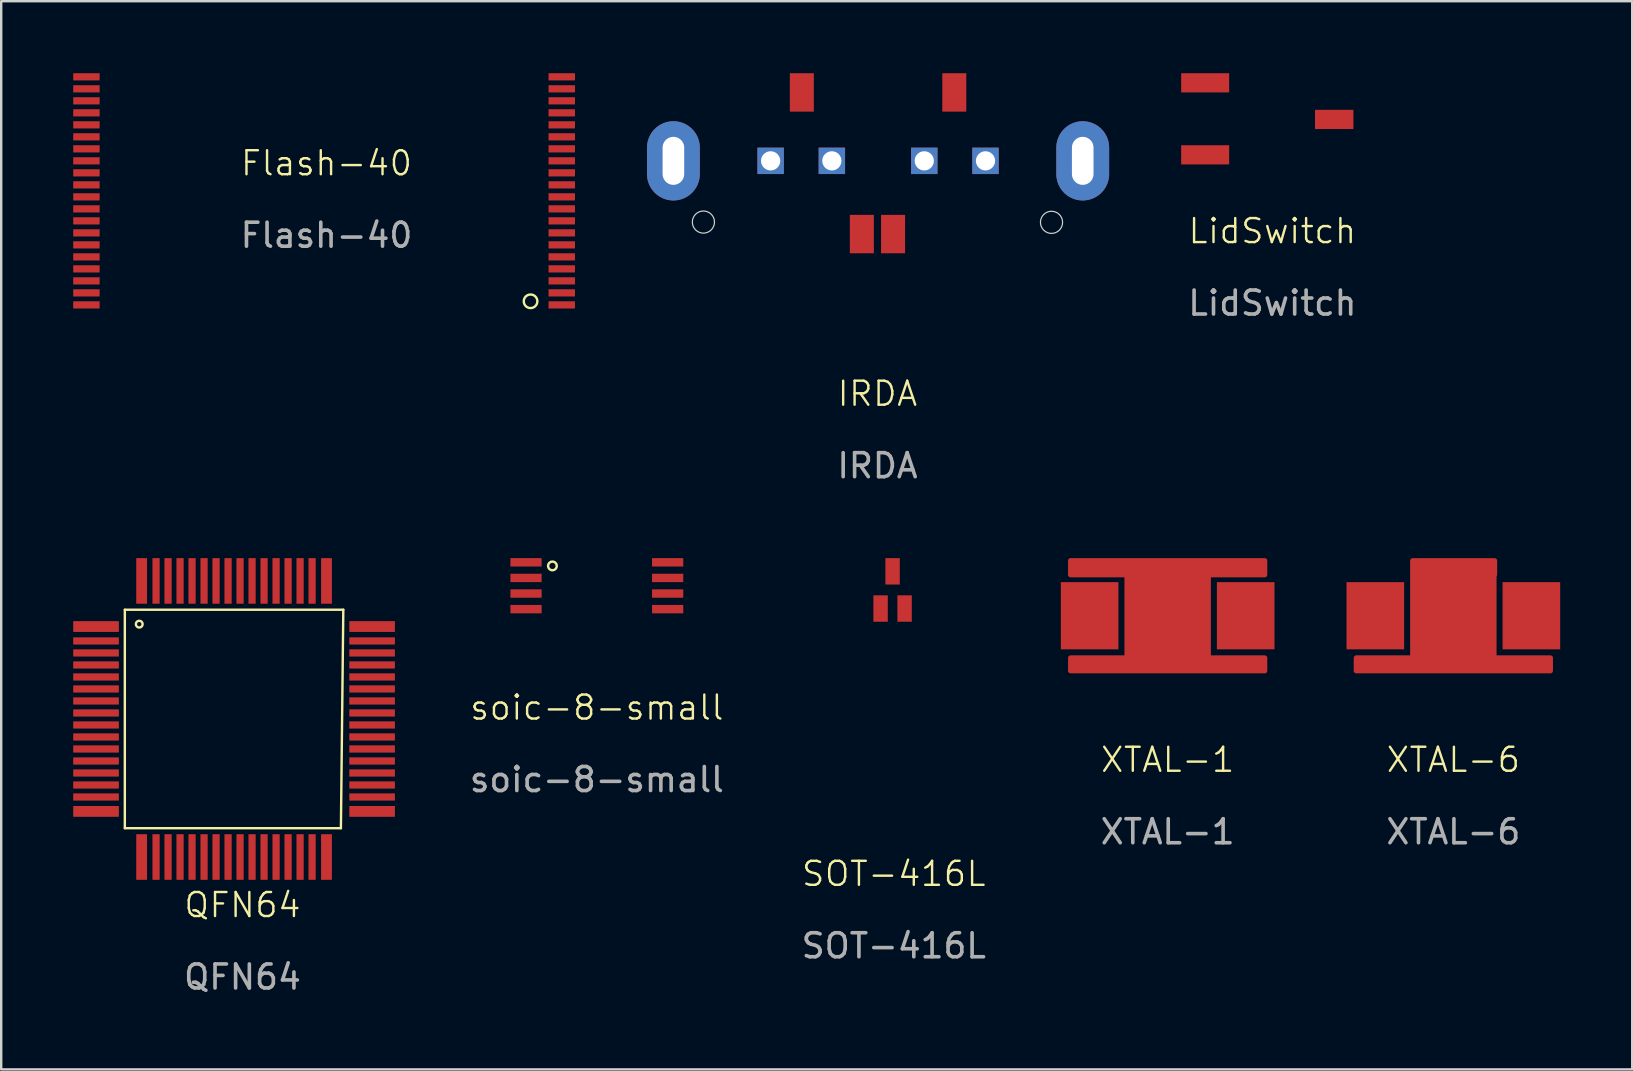
<source format=kicad_pcb>
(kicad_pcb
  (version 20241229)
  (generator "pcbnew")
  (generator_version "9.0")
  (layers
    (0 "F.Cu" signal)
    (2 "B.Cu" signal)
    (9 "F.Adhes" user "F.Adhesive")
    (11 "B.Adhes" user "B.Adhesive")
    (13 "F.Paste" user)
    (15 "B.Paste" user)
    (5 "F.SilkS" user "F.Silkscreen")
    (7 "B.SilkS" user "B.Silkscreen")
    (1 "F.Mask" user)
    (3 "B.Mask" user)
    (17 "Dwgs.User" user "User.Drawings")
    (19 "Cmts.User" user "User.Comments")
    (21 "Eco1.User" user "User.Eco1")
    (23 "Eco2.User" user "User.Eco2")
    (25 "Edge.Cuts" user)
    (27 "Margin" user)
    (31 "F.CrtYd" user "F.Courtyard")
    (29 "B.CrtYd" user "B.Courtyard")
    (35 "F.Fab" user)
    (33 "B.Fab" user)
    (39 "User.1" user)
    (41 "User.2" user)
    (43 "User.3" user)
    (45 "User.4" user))
  (footprint "QFN64"
    (layer "F.Cu")
    (at 6.95 26.648)
    (property "Reference" "QFN64" (at 0.1 8 0) (unlocked yes) (layer "F.SilkS") (effects (font (size 1 1) (thickness 0.1))))
    (attr smd)
    (fp_line (start -4.8 -4.3) (end 4.3 -4.3) (stroke (width 0.1) (type default)) (layer "F.SilkS"))
    (fp_line (start -4.8 4.8) (end -4.8 -4.3) (stroke (width 0.1) (type default)) (layer "F.SilkS"))
    (fp_line (start 4.2 4.8) (end -4.8 4.8) (stroke (width 0.1) (type default)) (layer "F.SilkS"))
    (fp_line (start 4.3 -4.3) (end 4.2 4.8) (stroke (width 0.1) (type default)) (layer "F.SilkS"))
    (fp_circle (center -4.2 -3.7) (end -4.1 -3.6) (stroke (width 0.1) (type default)) (fill no) (layer "F.SilkS"))
    (fp_text user "${REFERENCE}" (at 0.1 11 0) (unlocked yes) (layer "F.Fab") (effects (font (size 1 1) (thickness 0.15))))
    (pad "1" smd rect (at -6 -3.6 180) (size 1.9 0.45) (layers "F.Cu" "F.Mask" "F.Paste"))
    (pad "2" smd rect (at -6 -3 180) (size 1.9 0.3) (layers "F.Cu" "F.Mask" "F.Paste"))
    (pad "3" smd rect (at -6 -2.5) (size 1.9 0.3) (layers "F.Cu" "F.Mask" "F.Paste"))
    (pad "4" smd rect (at -6 -2 180) (size 1.9 0.3) (layers "F.Cu" "F.Mask" "F.Paste"))
    (pad "5" smd rect (at -6 -1.5 180) (size 1.9 0.3) (layers "F.Cu" "F.Mask" "F.Paste"))
    (pad "6" smd rect (at -6 -1 180) (size 1.9 0.3) (layers "F.Cu" "F.Mask" "F.Paste"))
    (pad "7" smd rect (at -6 -0.5 180) (size 1.9 0.3) (layers "F.Cu" "F.Mask" "F.Paste"))
    (pad "8" smd rect (at -6 0 180) (size 1.9 0.3) (layers "F.Cu" "F.Mask" "F.Paste"))
    (pad "9" smd rect (at -6 0.5 180) (size 1.9 0.3) (layers "F.Cu" "F.Mask" "F.Paste"))
    (pad "10" smd rect (at -6 1 180) (size 1.9 0.3) (layers "F.Cu" "F.Mask" "F.Paste"))
    (pad "11" smd rect (at -6 1.5 180) (size 1.9 0.3) (layers "F.Cu" "F.Mask" "F.Paste"))
    (pad "12" smd rect (at -6 2 180) (size 1.9 0.3) (layers "F.Cu" "F.Mask" "F.Paste"))
    (pad "13" smd rect (at -6 2.5 180) (size 1.9 0.3) (layers "F.Cu" "F.Mask" "F.Paste"))
    (pad "14" smd rect (at -6 3 180) (size 1.9 0.3) (layers "F.Cu" "F.Mask" "F.Paste"))
    (pad "15" smd rect (at -6 3.5 180) (size 1.9 0.3) (layers "F.Cu" "F.Mask" "F.Paste"))
    (pad "16" smd rect (at -6 4.1 180) (size 1.9 0.45) (layers "F.Cu" "F.Mask" "F.Paste"))
    (pad "17" smd rect (at -4.1 6 270) (size 1.9 0.45) (layers "F.Cu" "F.Mask" "F.Paste"))
    (pad "18" smd rect (at -3.5 6 270) (size 1.9 0.3) (layers "F.Cu" "F.Mask" "F.Paste"))
    (pad "19" smd rect (at -3 6 270) (size 1.9 0.3) (layers "F.Cu" "F.Mask" "F.Paste"))
    (pad "20" smd rect (at -2.5 6 270) (size 1.9 0.3) (layers "F.Cu" "F.Mask" "F.Paste"))
    (pad "21" smd rect (at -2 6 270) (size 1.9 0.3) (layers "F.Cu" "F.Mask" "F.Paste"))
    (pad "22" smd rect (at -1.5 6 270) (size 1.9 0.3) (layers "F.Cu" "F.Mask" "F.Paste"))
    (pad "23" smd rect (at -1 6 270) (size 1.9 0.3) (layers "F.Cu" "F.Mask" "F.Paste"))
    (pad "24" smd rect (at -0.5 6 270) (size 1.9 0.3) (layers "F.Cu" "F.Mask" "F.Paste"))
    (pad "25" smd rect (at 0 6 270) (size 1.9 0.3) (layers "F.Cu" "F.Mask" "F.Paste"))
    (pad "26" smd rect (at 0.5 6 270) (size 1.9 0.3) (layers "F.Cu" "F.Mask" "F.Paste"))
    (pad "27" smd rect (at 1 6 270) (size 1.9 0.3) (layers "F.Cu" "F.Mask" "F.Paste"))
    (pad "28" smd rect (at 1.5 6 270) (size 1.9 0.3) (layers "F.Cu" "F.Mask" "F.Paste"))
    (pad "29" smd rect (at 2 6 270) (size 1.9 0.3) (layers "F.Cu" "F.Mask" "F.Paste"))
    (pad "30" smd rect (at 2.5 6 270) (size 1.9 0.3) (layers "F.Cu" "F.Mask" "F.Paste"))
    (pad "31" smd rect (at 3 6 270) (size 1.9 0.3) (layers "F.Cu" "F.Mask" "F.Paste"))
    (pad "32" smd rect (at 3.6 6 270) (size 1.9 0.45) (layers "F.Cu" "F.Mask" "F.Paste"))
    (pad "33" smd rect (at 5.5 4.1 180) (size 1.9 0.45) (layers "F.Cu" "F.Mask" "F.Paste"))
    (pad "34" smd rect (at 5.5 3.5 180) (size 1.9 0.3) (layers "F.Cu" "F.Mask" "F.Paste"))
    (pad "35" smd rect (at 5.5 3 180) (size 1.9 0.3) (layers "F.Cu" "F.Mask" "F.Paste"))
    (pad "36" smd rect (at 5.5 2.5 180) (size 1.9 0.3) (layers "F.Cu" "F.Mask" "F.Paste"))
    (pad "37" smd rect (at 5.5 2 180) (size 1.9 0.3) (layers "F.Cu" "F.Mask" "F.Paste"))
    (pad "38" smd rect (at 5.5 1.5 180) (size 1.9 0.3) (layers "F.Cu" "F.Mask" "F.Paste"))
    (pad "39" smd rect (at 5.5 1 180) (size 1.9 0.3) (layers "F.Cu" "F.Mask" "F.Paste"))
    (pad "40" smd rect (at 5.5 0.5 180) (size 1.9 0.3) (layers "F.Cu" "F.Mask" "F.Paste"))
    (pad "41" smd rect (at 5.5 0 180) (size 1.9 0.3) (layers "F.Cu" "F.Mask" "F.Paste"))
    (pad "42" smd rect (at 5.5 -0.5 180) (size 1.9 0.3) (layers "F.Cu" "F.Mask" "F.Paste"))
    (pad "43" smd rect (at 5.5 -1 180) (size 1.9 0.3) (layers "F.Cu" "F.Mask" "F.Paste"))
    (pad "44" smd rect (at 5.5 -1.5 180) (size 1.9 0.3) (layers "F.Cu" "F.Mask" "F.Paste"))
    (pad "45" smd rect (at 5.5 -2 180) (size 1.9 0.3) (layers "F.Cu" "F.Mask" "F.Paste"))
    (pad "46" smd rect (at 5.5 -2.5 180) (size 1.9 0.3) (layers "F.Cu" "F.Mask" "F.Paste"))
    (pad "47" smd rect (at 5.5 -3 180) (size 1.9 0.3) (layers "F.Cu" "F.Mask" "F.Paste"))
    (pad "48" smd rect (at 5.5 -3.6 180) (size 1.9 0.45) (layers "F.Cu" "F.Mask" "F.Paste"))
    (pad "49" smd rect (at 3.6 -5.5 270) (size 1.9 0.45) (layers "F.Cu" "F.Mask" "F.Paste"))
    (pad "50" smd rect (at 3 -5.5 270) (size 1.9 0.3) (layers "F.Cu" "F.Mask" "F.Paste"))
    (pad "51" smd rect (at 2.5 -5.5 270) (size 1.9 0.3) (layers "F.Cu" "F.Mask" "F.Paste"))
    (pad "52" smd rect (at 2 -5.5 270) (size 1.9 0.3) (layers "F.Cu" "F.Mask" "F.Paste"))
    (pad "53" smd rect (at 1.5 -5.5 270) (size 1.9 0.3) (layers "F.Cu" "F.Mask" "F.Paste"))
    (pad "54" smd rect (at 1 -5.5 270) (size 1.9 0.3) (layers "F.Cu" "F.Mask" "F.Paste"))
    (pad "55" smd rect (at 0.5 -5.5 270) (size 1.9 0.3) (layers "F.Cu" "F.Mask" "F.Paste"))
    (pad "56" smd rect (at 0 -5.5 270) (size 1.9 0.3) (layers "F.Cu" "F.Mask" "F.Paste"))
    (pad "57" smd rect (at -0.5 -5.5 270) (size 1.9 0.3) (layers "F.Cu" "F.Mask" "F.Paste"))
    (pad "58" smd rect (at -1 -5.5 270) (size 1.9 0.3) (layers "F.Cu" "F.Mask" "F.Paste"))
    (pad "59" smd rect (at -1.5 -5.5 270) (size 1.9 0.3) (layers "F.Cu" "F.Mask" "F.Paste"))
    (pad "60" smd rect (at -2 -5.5 270) (size 1.9 0.3) (layers "F.Cu" "F.Mask" "F.Paste"))
    (pad "61" smd rect (at -2.5 -5.5 270) (size 1.9 0.3) (layers "F.Cu" "F.Mask" "F.Paste"))
    (pad "62" smd rect (at -3 -5.5 270) (size 1.9 0.3) (layers "F.Cu" "F.Mask" "F.Paste"))
    (pad "63" smd rect (at -3.5 -5.5 270) (size 1.9 0.3) (layers "F.Cu" "F.Mask" "F.Paste"))
    (pad "64" smd rect (at -4.1 -5.5 270) (size 1.9 0.45) (layers "F.Cu" "F.Mask" "F.Paste")))
  (footprint "Flash-40"
    (layer "F.Cu")
    (at 10.55 4.25)
    (property "Reference" "Flash-40" (at 0 -0.5 0) (unlocked yes) (layer "F.SilkS") (effects (font (size 1 1) (thickness 0.1))))
    (attr smd)
    (fp_circle (center 8.5 5.25) (end 8.3 5.05) (stroke (width 0.1) (type default)) (fill no) (layer "F.SilkS"))
    (fp_text user "${REFERENCE}" (at 0 2.5 0) (unlocked yes) (layer "F.Fab") (effects (font (size 1 1) (thickness 0.15))))
    (pad "1" smd rect (at 9.8 5.4 270) (size 0.3 1.1) (layers "F.Cu" "F.Mask" "F.Paste"))
    (pad "2" smd rect (at 9.8 4.9 270) (size 0.3 1.1) (layers "F.Cu" "F.Mask" "F.Paste"))
    (pad "3" smd rect (at 9.8 4.4 270) (size 0.3 1.1) (layers "F.Cu" "F.Mask" "F.Paste"))
    (pad "4" smd rect (at 9.8 3.9 270) (size 0.3 1.1) (layers "F.Cu" "F.Mask" "F.Paste"))
    (pad "5" smd rect (at 9.8 3.4 270) (size 0.3 1.1) (layers "F.Cu" "F.Mask" "F.Paste"))
    (pad "6" smd rect (at 9.8 2.9 270) (size 0.3 1.1) (layers "F.Cu" "F.Mask" "F.Paste"))
    (pad "7" smd rect (at 9.8 2.4 270) (size 0.3 1.1) (layers "F.Cu" "F.Mask" "F.Paste"))
    (pad "8" smd rect (at 9.8 1.9 270) (size 0.3 1.1) (layers "F.Cu" "F.Mask" "F.Paste"))
    (pad "9" smd rect (at 9.8 1.4 270) (size 0.3 1.1) (layers "F.Cu" "F.Mask" "F.Paste"))
    (pad "10" smd rect (at 9.8 0.9 270) (size 0.3 1.1) (layers "F.Cu" "F.Mask" "F.Paste"))
    (pad "11" smd rect (at 9.8 0.4 270) (size 0.3 1.1) (layers "F.Cu" "F.Mask" "F.Paste"))
    (pad "12" smd rect (at 9.8 -0.1 270) (size 0.3 1.1) (layers "F.Cu" "F.Mask" "F.Paste"))
    (pad "13" smd rect (at 9.8 -0.6 270) (size 0.3 1.1) (layers "F.Cu" "F.Mask" "F.Paste"))
    (pad "14" smd rect (at 9.8 -1.1 270) (size 0.3 1.1) (layers "F.Cu" "F.Mask" "F.Paste"))
    (pad "15" smd rect (at 9.8 -1.6 270) (size 0.3 1.1) (layers "F.Cu" "F.Mask" "F.Paste"))
    (pad "16" smd rect (at 9.8 -2.1 270) (size 0.3 1.1) (layers "F.Cu" "F.Mask" "F.Paste"))
    (pad "17" smd rect (at 9.8 -2.6 270) (size 0.3 1.1) (layers "F.Cu" "F.Mask" "F.Paste"))
    (pad "18" smd rect (at 9.8 -3.1 270) (size 0.3 1.1) (layers "F.Cu" "F.Mask" "F.Paste"))
    (pad "19" smd rect (at 9.8 -3.6 270) (size 0.3 1.1) (layers "F.Cu" "F.Mask" "F.Paste"))
    (pad "20" smd rect (at 9.8 -4.1 270) (size 0.3 1.1) (layers "F.Cu" "F.Mask" "F.Paste"))
    (pad "21" smd rect (at -10 -4.1 270) (size 0.3 1.1) (layers "F.Cu" "F.Mask" "F.Paste"))
    (pad "22" smd rect (at -10 -3.6 270) (size 0.3 1.1) (layers "F.Cu" "F.Mask" "F.Paste"))
    (pad "23" smd rect (at -10 -3.1 270) (size 0.3 1.1) (layers "F.Cu" "F.Mask" "F.Paste"))
    (pad "24" smd rect (at -10 -2.6 270) (size 0.3 1.1) (layers "F.Cu" "F.Mask" "F.Paste"))
    (pad "25" smd rect (at -10 -2.1 270) (size 0.3 1.1) (layers "F.Cu" "F.Mask" "F.Paste"))
    (pad "26" smd rect (at -10 -1.6 270) (size 0.3 1.1) (layers "F.Cu" "F.Mask" "F.Paste"))
    (pad "27" smd rect (at -10 -1.1 270) (size 0.3 1.1) (layers "F.Cu" "F.Mask" "F.Paste"))
    (pad "28" smd rect (at -10 -0.6 270) (size 0.3 1.1) (layers "F.Cu" "F.Mask" "F.Paste"))
    (pad "29" smd rect (at -10 -0.1 270) (size 0.3 1.1) (layers "F.Cu" "F.Mask" "F.Paste"))
    (pad "30" smd rect (at -10 0.4 270) (size 0.3 1.1) (layers "F.Cu" "F.Mask" "F.Paste"))
    (pad "31" smd rect (at -10 0.9 270) (size 0.3 1.1) (layers "F.Cu" "F.Mask" "F.Paste"))
    (pad "32" smd rect (at -10 1.4 270) (size 0.3 1.1) (layers "F.Cu" "F.Mask" "F.Paste"))
    (pad "33" smd rect (at -10 1.9 270) (size 0.3 1.1) (layers "F.Cu" "F.Mask" "F.Paste"))
    (pad "34" smd rect (at -10 2.4 270) (size 0.3 1.1) (layers "F.Cu" "F.Mask" "F.Paste"))
    (pad "35" smd rect (at -10 2.9 270) (size 0.3 1.1) (layers "F.Cu" "F.Mask" "F.Paste"))
    (pad "36" smd rect (at -10 3.4 270) (size 0.3 1.1) (layers "F.Cu" "F.Mask" "F.Paste"))
    (pad "37" smd rect (at -10 3.9 270) (size 0.3 1.1) (layers "F.Cu" "F.Mask" "F.Paste"))
    (pad "38" smd rect (at -10 4.4 270) (size 0.3 1.1) (layers "F.Cu" "F.Mask" "F.Paste"))
    (pad "39" smd rect (at -10 4.9 270) (size 0.3 1.1) (layers "F.Cu" "F.Mask" "F.Paste"))
    (pad "40" smd rect (at -10 5.4 270) (size 0.3 1.1) (layers "F.Cu" "F.Mask" "F.Paste")))
  (footprint "LidSwitch"
    (layer "F.Cu")
    (at 49.95 1.925)
    (property "Reference" "LidSwitch" (at 0 4.65 0) (unlocked yes) (layer "F.SilkS") (effects (font (size 1 1) (thickness 0.1))))
    (attr smd)
    (fp_text user "${REFERENCE}" (at 0 7.65 0) (unlocked yes) (layer "F.Fab") (effects (font (size 1 1) (thickness 0.15))))
    (pad "1" smd rect (at 2.575 0) (size 1.6 0.8) (layers "F.Cu" "F.Mask" "F.Paste"))
    (pad "2" smd rect (at -2.8 -1.525) (size 2 0.8) (layers "F.Cu" "F.Mask" "F.Paste"))
    (pad "3" smd rect (at -2.8 1.475) (size 2 0.8) (layers "F.Cu" "F.Mask" "F.Paste")))
  (footprint "XTAL-6"
    (layer "F.Cu")
    (at 57.488 22.698)
    (property "Reference" "XTAL-6" (at 0 5.9 0) (unlocked yes) (layer "F.SilkS") (effects (font (size 1 1) (thickness 0.1))))
    (attr smd)
    (fp_text user "${REFERENCE}" (at 0 8.9 0) (unlocked yes) (layer "F.Fab") (effects (font (size 1 1) (thickness 0.15))))
    (pad "1" smd rect (at -3.25 -0.1) (size 2.4 2.8) (layers "F.Cu" "F.Mask" "F.Paste"))
    (pad "2" smd rect (at 3.25 -0.1) (size 2.4 2.8) (layers "F.Cu" "F.Mask" "F.Paste"))
    (pad "3" smd custom (at 0.05 0 90) (size 2.4 1.5) (layers "F.Cu") (options (anchor rect)) (primitives (gr_poly (pts (xy 2.4 -1.75) (xy 2.4 1.675) (xy 1.8 1.675) (xy 1.8 1.65) (xy -1.65 1.65) (xy -1.65 4) (xy -2.2 4) (xy -2.2 -4.1) (xy -1.65 -4.1) (xy -1.65 -1.75) (xy 1.8 -1.75)) (width 0.2) (fill yes)))))
  (footprint "soic-8-small"
    (layer "F.Cu")
    (at 21.811 21.323)
    (property "Reference" "soic-8-small" (at 0 5.1 0) (unlocked yes) (layer "F.SilkS") (effects (font (size 1 1) (thickness 0.1))))
    (attr smd)
    (fp_circle (center -1.85 -0.8) (end -1.7 -0.7) (stroke (width 0.1) (type default)) (fill no) (layer "F.SilkS"))
    (fp_text user "${REFERENCE}" (at 0 8.1 0) (unlocked yes) (layer "F.Fab") (effects (font (size 1 1) (thickness 0.15))))
    (pad "1" smd rect (at -2.95 -0.95) (size 1.3 0.35) (layers "F.Cu" "F.Mask" "F.Paste"))
    (pad "2" smd rect (at -2.95 -0.3) (size 1.3 0.35) (layers "F.Cu" "F.Mask" "F.Paste"))
    (pad "3" smd rect (at -2.95 0.35) (size 1.3 0.35) (layers "F.Cu" "F.Mask" "F.Paste"))
    (pad "4" smd rect (at -2.95 1) (size 1.3 0.35) (layers "F.Cu" "F.Mask" "F.Paste"))
    (pad "5" smd rect (at 2.95 1) (size 1.3 0.35) (layers "F.Cu" "F.Mask" "F.Paste"))
    (pad "6" smd rect (at 2.95 0.35) (size 1.3 0.35) (layers "F.Cu" "F.Mask" "F.Paste"))
    (pad "7" smd rect (at 2.95 -0.3) (size 1.3 0.35) (layers "F.Cu" "F.Mask" "F.Paste"))
    (pad "8" smd rect (at 2.95 -0.95) (size 1.3 0.35) (layers "F.Cu" "F.Mask" "F.Paste")))
  (footprint "IRDA"
    (layer "F.Cu")
    (at 33.5 5.2)
    (property "Reference" "IRDA" (at 0 8.15 0) (unlocked yes) (layer "F.SilkS") (effects (font (size 1 1) (thickness 0.1))))
    (attr smd)
    (fp_circle (center -7.25 1) (end -6.9 1.3) (stroke (width 0.05) (type default)) (fill no) (layer "Edge.Cuts"))
    (fp_circle (center 7.25 1.011) (end 7.6 1.311) (stroke (width 0.05) (type default)) (fill no) (layer "Edge.Cuts"))
    (fp_text user "${REFERENCE}" (at 0 11.15 0) (unlocked yes) (layer "F.Fab") (effects (font (size 1 1) (thickness 0.15))))
    (pad "1" smd rect (at 0.65 1.5 90) (size 1.6 1) (layers "F.Cu" "F.Mask" "F.Paste"))
    (pad "2" smd rect (at -0.65 1.5 90) (size 1.6 1) (layers "F.Cu" "F.Mask" "F.Paste"))
    (pad "3" smd rect (at 3.2 -4.4 90) (size 1.6 1) (layers "F.Cu" "F.Mask" "F.Paste"))
    (pad "4" smd rect (at -3.15 -4.4 90) (size 1.6 1) (layers "F.Cu" "F.Mask" "F.Paste"))
    (pad "5" thru_hole rect (at 4.5 -1.55 90) (size 1.1 1.1) (drill 0.8) (layers "*.Cu" "*.Mask"))
    (pad "6" thru_hole rect (at 1.95 -1.55 90) (size 1.1 1.1) (drill 0.8) (layers "*.Cu" "*.Mask"))
    (pad "7" thru_hole rect (at -1.9 -1.55 90) (size 1.1 1.1) (drill 0.8) (layers "*.Cu" "*.Mask"))
    (pad "8" thru_hole rect (at -4.45 -1.55 90) (size 1.1 1.1) (drill 0.8) (layers "*.Cu" "*.Mask"))
    (pad "9" thru_hole oval (at 8.55 -1.55 90) (size 3.3 2.2) (drill oval 2 0.9) (layers "*.Cu" "*.Mask"))
    (pad "10" thru_hole oval (at -8.5 -1.55 90) (size 3.3 2.2) (drill oval 2 0.9) (layers "*.Cu" "*.Mask")))
  (footprint "SOT-416L"
    (layer "F.Cu")
    (at 34.18 21.548)
    (property "Reference" "SOT-416L" (at 0 11.8 0) (unlocked yes) (layer "F.SilkS") (effects (font (size 1 1) (thickness 0.1))))
    (attr smd)
    (fp_text user "${REFERENCE}" (at 0 14.8 0) (unlocked yes) (layer "F.Fab") (effects (font (size 1 1) (thickness 0.15))))
    (pad "1" smd rect (at 0.45 0.75) (size 0.6 1.1) (layers "F.Cu" "F.Mask" "F.Paste"))
    (pad "2" smd rect (at -0.55 0.75) (size 0.6 1.1) (layers "F.Cu" "F.Mask" "F.Paste"))
    (pad "3" smd rect (at -0.05 -0.8) (size 0.6 1.1) (layers "F.Cu" "F.Mask" "F.Paste")))
  (footprint "XTAL-1"
    (layer "F.Cu")
    (at 45.588 22.698)
    (property "Reference" "XTAL-1" (at 0 5.9 0) (unlocked yes) (layer "F.SilkS") (effects (font (size 1 1) (thickness 0.1))))
    (attr smd)
    (fp_text user "${REFERENCE}" (at 0 8.9 0) (unlocked yes) (layer "F.Fab") (effects (font (size 1 1) (thickness 0.15))))
    (pad "1" smd rect (at -3.25 -0.1) (size 2.4 2.8) (layers "F.Cu" "F.Mask" "F.Paste"))
    (pad "2" smd rect (at 3.25 -0.1) (size 2.4 2.8) (layers "F.Cu" "F.Mask" "F.Paste"))
    (pad "3" smd custom (at 0.05 0 90) (size 2.4 1.5) (layers "F.Cu") (options (anchor rect)) (primitives (gr_poly (pts (xy 2.4 -4.1) (xy 2.4 4) (xy 1.8 4) (xy 1.8 1.65) (xy -1.65 1.65) (xy -1.65 4) (xy -2.2 4) (xy -2.2 -4.1) (xy -1.65 -4.1) (xy -1.65 -1.75) (xy 1.8 -1.75) (xy 1.8 -4.1)) (width 0.2) (fill yes)))))
  (gr_rect
    (start -3 -3)
    (end 64.938 41.496)
    (stroke (width 0.1) (type default))
    (fill no)
    (layer "Edge.Cuts")))
</source>
